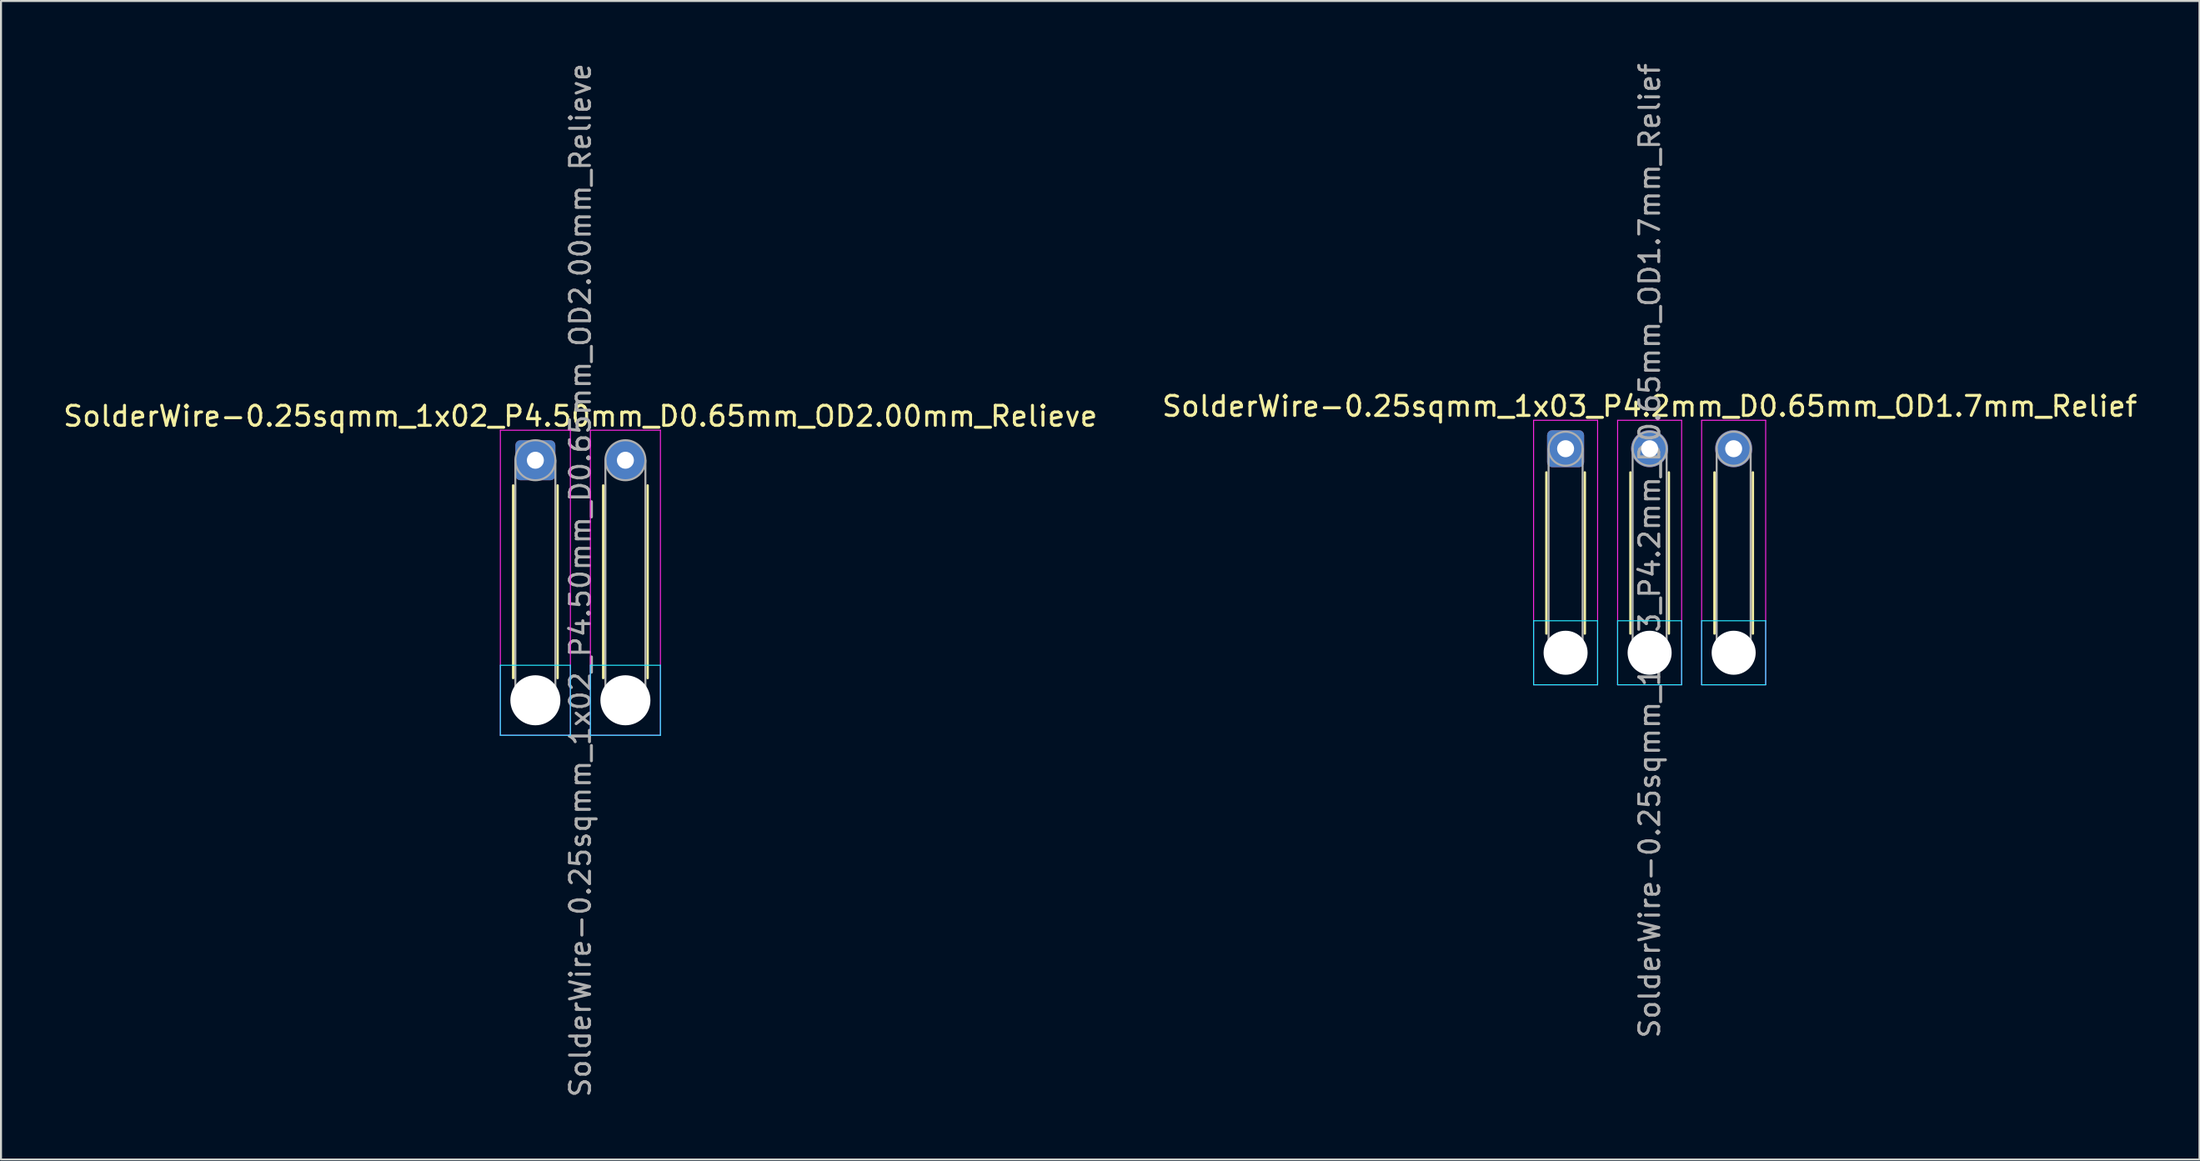
<source format=kicad_pcb>
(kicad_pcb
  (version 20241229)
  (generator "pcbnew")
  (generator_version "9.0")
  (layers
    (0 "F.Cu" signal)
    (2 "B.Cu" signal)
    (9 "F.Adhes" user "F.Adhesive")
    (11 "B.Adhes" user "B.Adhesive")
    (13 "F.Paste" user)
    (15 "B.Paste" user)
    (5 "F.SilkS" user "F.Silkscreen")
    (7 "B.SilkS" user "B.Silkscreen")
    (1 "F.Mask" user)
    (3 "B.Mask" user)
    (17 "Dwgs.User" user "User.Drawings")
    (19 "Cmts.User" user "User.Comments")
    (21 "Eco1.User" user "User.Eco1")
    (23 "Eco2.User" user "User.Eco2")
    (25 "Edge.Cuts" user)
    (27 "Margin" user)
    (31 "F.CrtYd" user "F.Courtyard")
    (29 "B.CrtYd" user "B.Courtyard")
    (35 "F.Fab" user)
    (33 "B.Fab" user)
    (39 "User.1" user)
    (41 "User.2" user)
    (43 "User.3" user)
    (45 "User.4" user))
  (footprint "SolderWire-0.25sqmm_1x03_P4.2mm_D0.65mm_OD1.7mm_Relief"
    (layer "F.Cu")
    (at 75.199 19.382)
    (property "Reference" "SolderWire-0.25sqmm_1x03_P4.2mm_D0.65mm_OD1.7mm_Relief" (at 4.2 -2.12 0) (layer "F.SilkS") (effects (font (size 1 1) (thickness 0.15))))
    (attr exclude_from_pos_files exclude_from_bom)
    (fp_line (start -0.96 1.185) (end -0.96 9.24) (stroke (width 0.12) (type solid)) (layer "F.SilkS"))
    (fp_line (start 0.96 1.185) (end 0.96 9.24) (stroke (width 0.12) (type solid)) (layer "F.SilkS"))
    (fp_line (start 3.24 1.185) (end 3.24 9.24) (stroke (width 0.12) (type solid)) (layer "F.SilkS"))
    (fp_line (start 5.16 1.185) (end 5.16 9.24) (stroke (width 0.12) (type solid)) (layer "F.SilkS"))
    (fp_line (start 7.44 1.185) (end 7.44 9.24) (stroke (width 0.12) (type solid)) (layer "F.SilkS"))
    (fp_line (start 9.36 1.185) (end 9.36 9.24) (stroke (width 0.12) (type solid)) (layer "F.SilkS"))
    (fp_line (start -1.6 8.6) (end -1.6 11.8) (stroke (width 0.05) (type solid)) (layer "B.CrtYd"))
    (fp_line (start -1.6 11.8) (end 1.6 11.8) (stroke (width 0.05) (type solid)) (layer "B.CrtYd"))
    (fp_line (start 1.6 8.6) (end -1.6 8.6) (stroke (width 0.05) (type solid)) (layer "B.CrtYd"))
    (fp_line (start 1.6 11.8) (end 1.6 8.6) (stroke (width 0.05) (type solid)) (layer "B.CrtYd"))
    (fp_line (start 2.6 8.6) (end 2.6 11.8) (stroke (width 0.05) (type solid)) (layer "B.CrtYd"))
    (fp_line (start 2.6 11.8) (end 5.8 11.8) (stroke (width 0.05) (type solid)) (layer "B.CrtYd"))
    (fp_line (start 5.8 8.6) (end 2.6 8.6) (stroke (width 0.05) (type solid)) (layer "B.CrtYd"))
    (fp_line (start 5.8 11.8) (end 5.8 8.6) (stroke (width 0.05) (type solid)) (layer "B.CrtYd"))
    (fp_line (start 6.8 8.6) (end 6.8 11.8) (stroke (width 0.05) (type solid)) (layer "B.CrtYd"))
    (fp_line (start 6.8 11.8) (end 10 11.8) (stroke (width 0.05) (type solid)) (layer "B.CrtYd"))
    (fp_line (start 10 8.6) (end 6.8 8.6) (stroke (width 0.05) (type solid)) (layer "B.CrtYd"))
    (fp_line (start 10 11.8) (end 10 8.6) (stroke (width 0.05) (type solid)) (layer "B.CrtYd"))
    (fp_line (start -1.6 -1.42) (end -1.6 11.8) (stroke (width 0.05) (type solid)) (layer "F.CrtYd"))
    (fp_line (start -1.6 11.8) (end 1.6 11.8) (stroke (width 0.05) (type solid)) (layer "F.CrtYd"))
    (fp_line (start 1.6 -1.42) (end -1.6 -1.42) (stroke (width 0.05) (type solid)) (layer "F.CrtYd"))
    (fp_line (start 1.6 11.8) (end 1.6 -1.42) (stroke (width 0.05) (type solid)) (layer "F.CrtYd"))
    (fp_line (start 2.6 -1.42) (end 2.6 11.8) (stroke (width 0.05) (type solid)) (layer "F.CrtYd"))
    (fp_line (start 2.6 11.8) (end 5.8 11.8) (stroke (width 0.05) (type solid)) (layer "F.CrtYd"))
    (fp_line (start 5.8 -1.42) (end 2.6 -1.42) (stroke (width 0.05) (type solid)) (layer "F.CrtYd"))
    (fp_line (start 5.8 11.8) (end 5.8 -1.42) (stroke (width 0.05) (type solid)) (layer "F.CrtYd"))
    (fp_line (start 6.8 -1.42) (end 6.8 11.8) (stroke (width 0.05) (type solid)) (layer "F.CrtYd"))
    (fp_line (start 6.8 11.8) (end 10 11.8) (stroke (width 0.05) (type solid)) (layer "F.CrtYd"))
    (fp_line (start 10 -1.42) (end 6.8 -1.42) (stroke (width 0.05) (type solid)) (layer "F.CrtYd"))
    (fp_line (start 10 11.8) (end 10 -1.42) (stroke (width 0.05) (type solid)) (layer "F.CrtYd"))
    (fp_line (start -0.85 0) (end -0.85 10.2) (stroke (width 0.1) (type solid)) (layer "F.Fab"))
    (fp_line (start 0.85 0) (end 0.85 10.2) (stroke (width 0.1) (type solid)) (layer "F.Fab"))
    (fp_line (start 3.35 0) (end 3.35 10.2) (stroke (width 0.1) (type solid)) (layer "F.Fab"))
    (fp_line (start 5.05 0) (end 5.05 10.2) (stroke (width 0.1) (type solid)) (layer "F.Fab"))
    (fp_line (start 7.55 0) (end 7.55 10.2) (stroke (width 0.1) (type solid)) (layer "F.Fab"))
    (fp_line (start 9.25 0) (end 9.25 10.2) (stroke (width 0.1) (type solid)) (layer "F.Fab"))
    (fp_circle (center 0 0) (end 0.85 0) (stroke (width 0.1) (type solid)) (fill no) (layer "F.Fab"))
    (fp_circle (center 0 10.2) (end 0.85 10.2) (stroke (width 0.1) (type solid)) (fill no) (layer "F.Fab"))
    (fp_circle (center 4.2 0) (end 5.05 0) (stroke (width 0.1) (type solid)) (fill no) (layer "F.Fab"))
    (fp_circle (center 4.2 10.2) (end 5.05 10.2) (stroke (width 0.1) (type solid)) (fill no) (layer "F.Fab"))
    (fp_circle (center 8.4 0) (end 9.25 0) (stroke (width 0.1) (type solid)) (fill no) (layer "F.Fab"))
    (fp_circle (center 8.4 10.2) (end 9.25 10.2) (stroke (width 0.1) (type solid)) (fill no) (layer "F.Fab"))
    (fp_text user "${REFERENCE}" (at 4.2 5.1 90) (layer "F.Fab") (effects (font (size 1 1) (thickness 0.15))))
    (pad "" np_thru_hole circle (at 0 10.2) (size 2.2 2.2) (drill 2.2) (layers "*.Cu" "*.Mask"))
    (pad "" np_thru_hole circle (at 4.2 10.2) (size 2.2 2.2) (drill 2.2) (layers "*.Cu" "*.Mask"))
    (pad "" np_thru_hole circle (at 8.4 10.2) (size 2.2 2.2) (drill 2.2) (layers "*.Cu" "*.Mask"))
    (pad "1" thru_hole roundrect (at 0 0) (size 1.85 1.85) (drill 0.85) (layers "*.Cu" "*.Mask") (roundrect_rratio 0.135))
    (pad "2" thru_hole circle (at 4.2 0) (size 1.85 1.85) (drill 0.85) (layers "*.Cu" "*.Mask"))
    (pad "3" thru_hole circle (at 8.4 0) (size 1.85 1.85) (drill 0.85) (layers "*.Cu" "*.Mask")))
  (footprint "SolderWire-0.25sqmm_1x02_P4.50mm_D0.65mm_OD2.00mm_Relieve"
    (layer "F.Cu")
    (at 23.708 19.958)
    (property "Reference" "SolderWire-0.25sqmm_1x02_P4.50mm_D0.65mm_OD2.00mm_Relieve" (at 2.25 -2.2 0) (layer "F.SilkS") (effects (font (size 1 1) (thickness 0.15))))
    (attr exclude_from_pos_files exclude_from_bom)
    (fp_line (start -1.11 1.26) (end -1.11 10.89) (stroke (width 0.12) (type solid)) (layer "F.SilkS"))
    (fp_line (start 1.11 1.26) (end 1.11 10.89) (stroke (width 0.12) (type solid)) (layer "F.SilkS"))
    (fp_line (start 3.39 1.26) (end 3.39 10.89) (stroke (width 0.12) (type solid)) (layer "F.SilkS"))
    (fp_line (start 5.61 1.26) (end 5.61 10.89) (stroke (width 0.12) (type solid)) (layer "F.SilkS"))
    (fp_line (start -1.75 10.25) (end -1.75 13.75) (stroke (width 0.05) (type solid)) (layer "B.CrtYd"))
    (fp_line (start -1.75 13.75) (end 1.75 13.75) (stroke (width 0.05) (type solid)) (layer "B.CrtYd"))
    (fp_line (start 1.75 10.25) (end -1.75 10.25) (stroke (width 0.05) (type solid)) (layer "B.CrtYd"))
    (fp_line (start 1.75 13.75) (end 1.75 10.25) (stroke (width 0.05) (type solid)) (layer "B.CrtYd"))
    (fp_line (start 2.75 10.25) (end 2.75 13.75) (stroke (width 0.05) (type solid)) (layer "B.CrtYd"))
    (fp_line (start 2.75 13.75) (end 6.25 13.75) (stroke (width 0.05) (type solid)) (layer "B.CrtYd"))
    (fp_line (start 6.25 10.25) (end 2.75 10.25) (stroke (width 0.05) (type solid)) (layer "B.CrtYd"))
    (fp_line (start 6.25 13.75) (end 6.25 10.25) (stroke (width 0.05) (type solid)) (layer "B.CrtYd"))
    (fp_line (start -1.75 -1.5) (end -1.75 13.75) (stroke (width 0.05) (type solid)) (layer "F.CrtYd"))
    (fp_line (start -1.75 13.75) (end 1.75 13.75) (stroke (width 0.05) (type solid)) (layer "F.CrtYd"))
    (fp_line (start 1.75 -1.5) (end -1.75 -1.5) (stroke (width 0.05) (type solid)) (layer "F.CrtYd"))
    (fp_line (start 1.75 13.75) (end 1.75 -1.5) (stroke (width 0.05) (type solid)) (layer "F.CrtYd"))
    (fp_line (start 2.75 -1.5) (end 2.75 13.75) (stroke (width 0.05) (type solid)) (layer "F.CrtYd"))
    (fp_line (start 2.75 13.75) (end 6.25 13.75) (stroke (width 0.05) (type solid)) (layer "F.CrtYd"))
    (fp_line (start 6.25 -1.5) (end 2.75 -1.5) (stroke (width 0.05) (type solid)) (layer "F.CrtYd"))
    (fp_line (start 6.25 13.75) (end 6.25 -1.5) (stroke (width 0.05) (type solid)) (layer "F.CrtYd"))
    (fp_line (start -1 0) (end -1 12) (stroke (width 0.1) (type solid)) (layer "F.Fab"))
    (fp_line (start 1 0) (end 1 12) (stroke (width 0.1) (type solid)) (layer "F.Fab"))
    (fp_line (start 3.5 0) (end 3.5 12) (stroke (width 0.1) (type solid)) (layer "F.Fab"))
    (fp_line (start 5.5 0) (end 5.5 12) (stroke (width 0.1) (type solid)) (layer "F.Fab"))
    (fp_circle (center 0 0) (end 1 0) (stroke (width 0.1) (type solid)) (fill no) (layer "F.Fab"))
    (fp_circle (center 0 12) (end 1 12) (stroke (width 0.1) (type solid)) (fill no) (layer "F.Fab"))
    (fp_circle (center 4.5 0) (end 5.5 0) (stroke (width 0.1) (type solid)) (fill no) (layer "F.Fab"))
    (fp_circle (center 4.5 12) (end 5.5 12) (stroke (width 0.1) (type solid)) (fill no) (layer "F.Fab"))
    (fp_text user "${REFERENCE}" (at 2.25 6 90) (layer "F.Fab") (effects (font (size 1 1) (thickness 0.15))))
    (pad "" np_thru_hole circle (at 0 12) (size 2.5 2.5) (drill 2.5) (layers "*.Cu" "*.Mask"))
    (pad "" np_thru_hole circle (at 4.5 12) (size 2.5 2.5) (drill 2.5) (layers "*.Cu" "*.Mask"))
    (pad "1" thru_hole roundrect (at 0 0) (size 2 2) (drill 0.85) (layers "*.Cu" "*.Mask") (roundrect_rratio 0.125))
    (pad "2" thru_hole circle (at 4.5 0) (size 2 2) (drill 0.85) (layers "*.Cu" "*.Mask")))
  (gr_rect
    (start -3 -3)
    (end 106.881 54.917)
    (stroke (width 0.1) (type default))
    (fill no)
    (layer "Edge.Cuts")))
</source>
